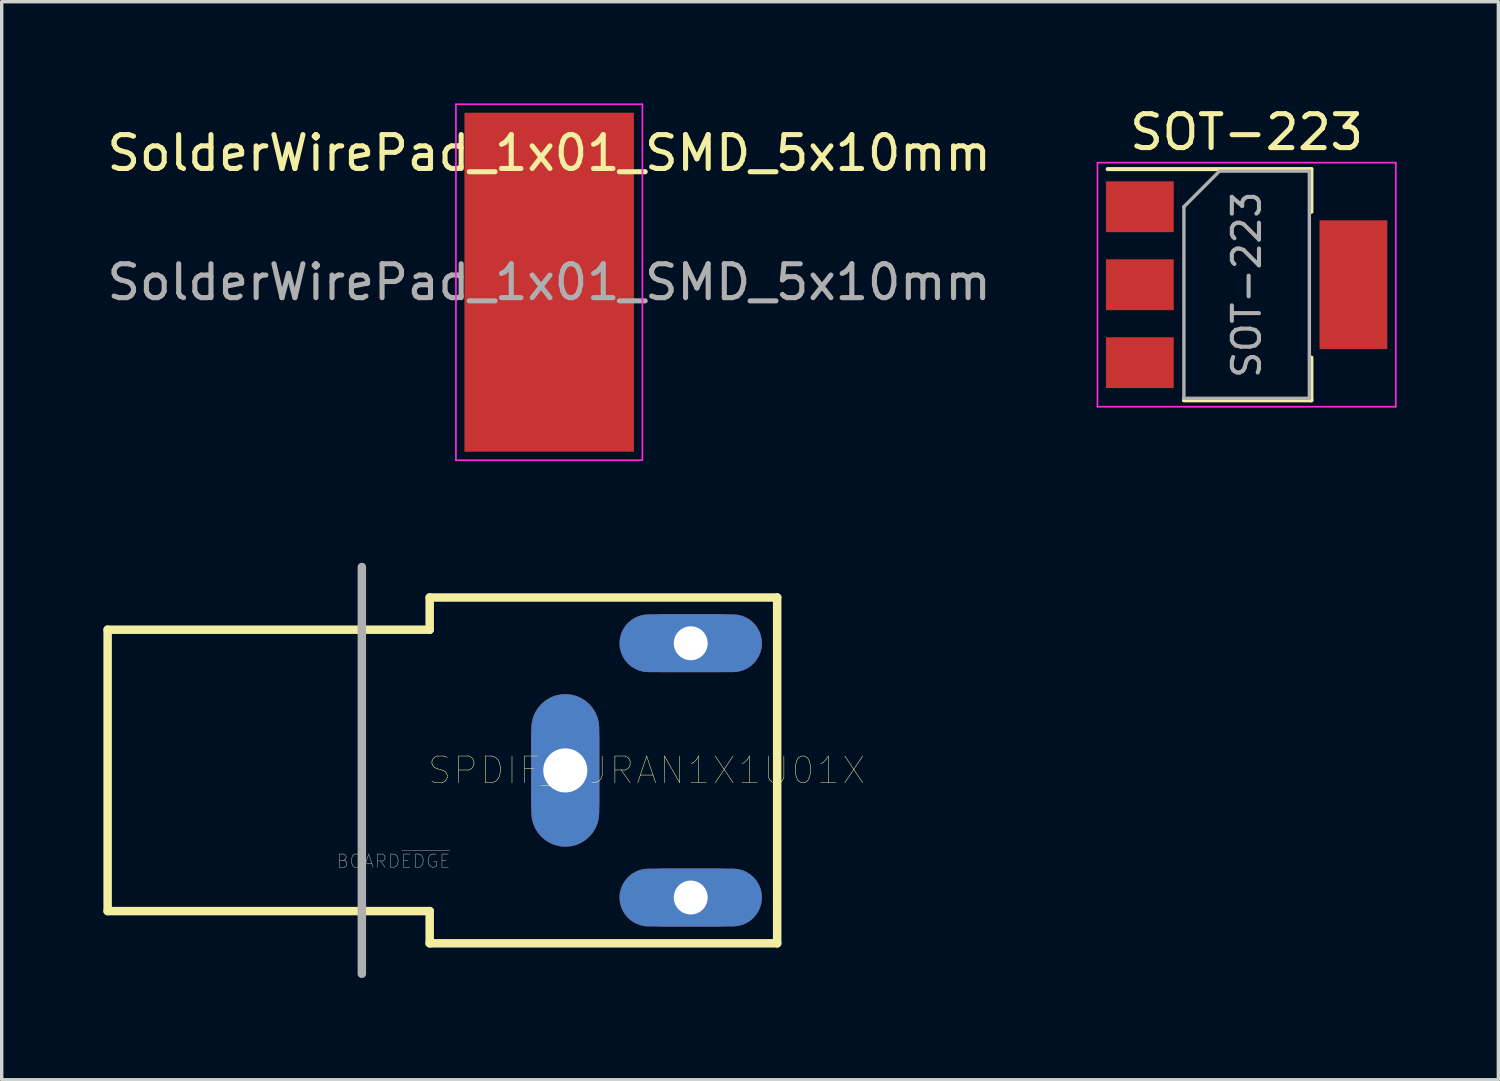
<source format=kicad_pcb>
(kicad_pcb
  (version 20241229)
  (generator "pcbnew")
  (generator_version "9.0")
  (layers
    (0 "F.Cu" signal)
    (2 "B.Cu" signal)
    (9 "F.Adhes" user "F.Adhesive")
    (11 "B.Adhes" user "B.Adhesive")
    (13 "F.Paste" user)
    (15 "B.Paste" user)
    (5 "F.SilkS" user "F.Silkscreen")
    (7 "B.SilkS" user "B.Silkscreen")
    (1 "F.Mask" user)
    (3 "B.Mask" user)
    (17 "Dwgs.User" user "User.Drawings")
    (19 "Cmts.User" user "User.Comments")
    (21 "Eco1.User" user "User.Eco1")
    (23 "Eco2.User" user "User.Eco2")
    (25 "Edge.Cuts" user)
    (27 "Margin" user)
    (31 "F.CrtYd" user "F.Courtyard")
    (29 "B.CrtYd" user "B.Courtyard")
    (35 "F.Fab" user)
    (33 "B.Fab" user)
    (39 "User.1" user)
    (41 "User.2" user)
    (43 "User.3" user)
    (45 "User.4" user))
  (footprint "SPDIF_PJRAN1X1U01X"
    (layer "F.Cu")
    (at 16.025 19.675)
    (property "Reference" "SPDIF_PJRAN1X1U01X" (at 0 0 0) (layer "F.SilkS") (effects (font (size 0.787 0.787) (thickness 0.015))))
    (attr through_hole)
    (fp_poly (pts (xy -1.401 -1.25) (xy -1.413 -1.406) (xy -1.45 -1.559) (xy -1.51 -1.704) (xy -1.592 -1.837) (xy -1.694 -1.956) (xy -1.813 -2.058) (xy -1.946 -2.14) (xy -2.091 -2.2) (xy -2.244 -2.237) (xy -2.4 -2.249) (xy -2.556 -2.237) (xy -2.709 -2.2) (xy -2.854 -2.14) (xy -2.987 -2.058) (xy -3.106 -1.956) (xy -3.208 -1.837) (xy -3.29 -1.704) (xy -3.35 -1.559) (xy -3.387 -1.406) (xy -3.399 -1.25) (xy -3.399 1.25) (xy -3.387 1.406) (xy -3.35 1.559) (xy -3.29 1.704) (xy -3.208 1.837) (xy -3.106 1.956) (xy -2.987 2.058) (xy -2.854 2.14) (xy -2.709 2.2) (xy -2.556 2.237) (xy -2.4 2.249) (xy -2.244 2.237) (xy -2.091 2.2) (xy -1.946 2.14) (xy -1.813 2.058) (xy -1.694 1.956) (xy -1.592 1.837) (xy -1.51 1.704) (xy -1.45 1.559) (xy -1.413 1.406) (xy -1.401 1.25)) (stroke (width 0.002) (type solid)) (fill yes) (layer "F.Cu"))
    (fp_poly (pts (xy 0.05 -4.599) (xy -0.083 -4.589) (xy -0.212 -4.557) (xy -0.335 -4.506) (xy -0.449 -4.437) (xy -0.55 -4.35) (xy -0.637 -4.249) (xy -0.706 -4.135) (xy -0.757 -4.012) (xy -0.789 -3.883) (xy -0.799 -3.75) (xy -0.789 -3.617) (xy -0.757 -3.488) (xy -0.706 -3.365) (xy -0.637 -3.251) (xy -0.55 -3.15) (xy -0.449 -3.063) (xy -0.335 -2.994) (xy -0.212 -2.943) (xy -0.083 -2.911) (xy 0.05 -2.901) (xy 2.55 -2.901) (xy 2.683 -2.911) (xy 2.812 -2.943) (xy 2.935 -2.994) (xy 3.049 -3.063) (xy 3.15 -3.15) (xy 3.237 -3.251) (xy 3.306 -3.365) (xy 3.357 -3.488) (xy 3.389 -3.617) (xy 3.399 -3.75) (xy 3.389 -3.883) (xy 3.357 -4.012) (xy 3.306 -4.135) (xy 3.237 -4.249) (xy 3.15 -4.35) (xy 3.049 -4.437) (xy 2.935 -4.506) (xy 2.812 -4.557) (xy 2.683 -4.589) (xy 2.55 -4.599)) (stroke (width 0.002) (type solid)) (fill yes) (layer "F.Cu"))
    (fp_poly (pts (xy 0.05 2.901) (xy -0.083 2.911) (xy -0.212 2.943) (xy -0.335 2.994) (xy -0.449 3.063) (xy -0.55 3.15) (xy -0.637 3.251) (xy -0.706 3.365) (xy -0.757 3.488) (xy -0.789 3.617) (xy -0.799 3.75) (xy -0.789 3.883) (xy -0.757 4.012) (xy -0.706 4.135) (xy -0.637 4.249) (xy -0.55 4.35) (xy -0.449 4.437) (xy -0.335 4.506) (xy -0.212 4.557) (xy -0.083 4.589) (xy 0.05 4.599) (xy 2.55 4.599) (xy 2.683 4.589) (xy 2.812 4.557) (xy 2.935 4.506) (xy 3.049 4.437) (xy 3.15 4.35) (xy 3.237 4.249) (xy 3.306 4.135) (xy 3.357 4.012) (xy 3.389 3.883) (xy 3.399 3.75) (xy 3.389 3.617) (xy 3.357 3.488) (xy 3.306 3.365) (xy 3.237 3.251) (xy 3.15 3.15) (xy 3.049 3.063) (xy 2.935 2.994) (xy 2.812 2.943) (xy 2.683 2.911) (xy 2.55 2.901)) (stroke (width 0.002) (type solid)) (fill yes) (layer "F.Cu"))
    (fp_poly (pts (xy -3.502 1.25) (xy -3.488 1.422) (xy -3.448 1.59) (xy -3.382 1.75) (xy -3.291 1.898) (xy -3.179 2.029) (xy -3.048 2.141) (xy -2.9 2.232) (xy -2.74 2.298) (xy -2.572 2.338) (xy -2.4 2.352) (xy -2.228 2.338) (xy -2.06 2.298) (xy -1.9 2.232) (xy -1.752 2.141) (xy -1.621 2.029) (xy -1.509 1.898) (xy -1.418 1.75) (xy -1.352 1.59) (xy -1.312 1.422) (xy -1.298 1.25) (xy -1.298 -1.25) (xy -1.312 -1.422) (xy -1.352 -1.59) (xy -1.418 -1.75) (xy -1.509 -1.898) (xy -1.621 -2.029) (xy -1.752 -2.141) (xy -1.9 -2.232) (xy -2.06 -2.298) (xy -2.228 -2.338) (xy -2.4 -2.352) (xy -2.572 -2.338) (xy -2.74 -2.298) (xy -2.9 -2.232) (xy -3.048 -2.141) (xy -3.179 -2.029) (xy -3.291 -1.898) (xy -3.382 -1.75) (xy -3.448 -1.59) (xy -3.488 -1.422) (xy -3.502 -1.25)) (stroke (width 0.002) (type solid)) (fill yes) (layer "F.Mask"))
    (fp_poly (pts (xy 0.05 -4.702) (xy -0.099 -4.69) (xy -0.244 -4.655) (xy -0.382 -4.598) (xy -0.509 -4.52) (xy -0.623 -4.423) (xy -0.72 -4.309) (xy -0.798 -4.182) (xy -0.855 -4.044) (xy -0.89 -3.899) (xy -0.902 -3.75) (xy -0.89 -3.601) (xy -0.855 -3.456) (xy -0.798 -3.318) (xy -0.72 -3.191) (xy -0.623 -3.077) (xy -0.509 -2.98) (xy -0.382 -2.902) (xy -0.244 -2.845) (xy -0.099 -2.81) (xy 0.05 -2.798) (xy 2.55 -2.798) (xy 2.699 -2.81) (xy 2.844 -2.845) (xy 2.982 -2.902) (xy 3.109 -2.98) (xy 3.223 -3.077) (xy 3.32 -3.191) (xy 3.398 -3.318) (xy 3.455 -3.456) (xy 3.49 -3.601) (xy 3.502 -3.75) (xy 3.49 -3.899) (xy 3.455 -4.044) (xy 3.398 -4.182) (xy 3.32 -4.309) (xy 3.223 -4.423) (xy 3.109 -4.52) (xy 2.982 -4.598) (xy 2.844 -4.655) (xy 2.699 -4.69) (xy 2.55 -4.702)) (stroke (width 0.002) (type solid)) (fill yes) (layer "F.Mask"))
    (fp_poly (pts (xy 0.05 2.798) (xy -0.099 2.81) (xy -0.244 2.845) (xy -0.382 2.902) (xy -0.509 2.98) (xy -0.623 3.077) (xy -0.72 3.191) (xy -0.798 3.318) (xy -0.855 3.456) (xy -0.89 3.601) (xy -0.902 3.75) (xy -0.89 3.899) (xy -0.855 4.044) (xy -0.798 4.182) (xy -0.72 4.309) (xy -0.623 4.423) (xy -0.509 4.52) (xy -0.382 4.598) (xy -0.244 4.655) (xy -0.099 4.69) (xy 0.05 4.702) (xy 2.55 4.702) (xy 2.699 4.69) (xy 2.844 4.655) (xy 2.982 4.598) (xy 3.109 4.52) (xy 3.223 4.423) (xy 3.32 4.309) (xy 3.398 4.182) (xy 3.455 4.044) (xy 3.49 3.899) (xy 3.502 3.75) (xy 3.49 3.601) (xy 3.455 3.456) (xy 3.398 3.318) (xy 3.32 3.191) (xy 3.223 3.077) (xy 3.109 2.98) (xy 2.982 2.902) (xy 2.844 2.845) (xy 2.699 2.81) (xy 2.55 2.798)) (stroke (width 0.002) (type solid)) (fill yes) (layer "F.Mask"))
    (fp_poly (pts (xy -1.401 -1.25) (xy -1.413 -1.406) (xy -1.45 -1.559) (xy -1.51 -1.704) (xy -1.592 -1.837) (xy -1.694 -1.956) (xy -1.813 -2.058) (xy -1.946 -2.14) (xy -2.091 -2.2) (xy -2.244 -2.237) (xy -2.4 -2.249) (xy -2.556 -2.237) (xy -2.709 -2.2) (xy -2.854 -2.14) (xy -2.987 -2.058) (xy -3.106 -1.956) (xy -3.208 -1.837) (xy -3.29 -1.704) (xy -3.35 -1.559) (xy -3.387 -1.406) (xy -3.399 -1.25) (xy -3.399 1.25) (xy -3.387 1.406) (xy -3.35 1.559) (xy -3.29 1.704) (xy -3.208 1.837) (xy -3.106 1.956) (xy -2.987 2.058) (xy -2.854 2.14) (xy -2.709 2.2) (xy -2.556 2.237) (xy -2.4 2.249) (xy -2.244 2.237) (xy -2.091 2.2) (xy -1.946 2.14) (xy -1.813 2.058) (xy -1.694 1.956) (xy -1.592 1.837) (xy -1.51 1.704) (xy -1.45 1.559) (xy -1.413 1.406) (xy -1.401 1.25)) (stroke (width 0.002) (type solid)) (fill yes) (layer "B.Cu"))
    (fp_poly (pts (xy 0.05 -4.599) (xy -0.083 -4.589) (xy -0.212 -4.557) (xy -0.335 -4.506) (xy -0.449 -4.437) (xy -0.55 -4.35) (xy -0.637 -4.249) (xy -0.706 -4.135) (xy -0.757 -4.012) (xy -0.789 -3.883) (xy -0.799 -3.75) (xy -0.789 -3.617) (xy -0.757 -3.488) (xy -0.706 -3.365) (xy -0.637 -3.251) (xy -0.55 -3.15) (xy -0.449 -3.063) (xy -0.335 -2.994) (xy -0.212 -2.943) (xy -0.083 -2.911) (xy 0.05 -2.901) (xy 2.55 -2.901) (xy 2.683 -2.911) (xy 2.812 -2.943) (xy 2.935 -2.994) (xy 3.049 -3.063) (xy 3.15 -3.15) (xy 3.237 -3.251) (xy 3.306 -3.365) (xy 3.357 -3.488) (xy 3.389 -3.617) (xy 3.399 -3.75) (xy 3.389 -3.883) (xy 3.357 -4.012) (xy 3.306 -4.135) (xy 3.237 -4.249) (xy 3.15 -4.35) (xy 3.049 -4.437) (xy 2.935 -4.506) (xy 2.812 -4.557) (xy 2.683 -4.589) (xy 2.55 -4.599)) (stroke (width 0.002) (type solid)) (fill yes) (layer "B.Cu"))
    (fp_poly (pts (xy 0.05 2.901) (xy -0.083 2.911) (xy -0.212 2.943) (xy -0.335 2.994) (xy -0.449 3.063) (xy -0.55 3.15) (xy -0.637 3.251) (xy -0.706 3.365) (xy -0.757 3.488) (xy -0.789 3.617) (xy -0.799 3.75) (xy -0.789 3.883) (xy -0.757 4.012) (xy -0.706 4.135) (xy -0.637 4.249) (xy -0.55 4.35) (xy -0.449 4.437) (xy -0.335 4.506) (xy -0.212 4.557) (xy -0.083 4.589) (xy 0.05 4.599) (xy 2.55 4.599) (xy 2.683 4.589) (xy 2.812 4.557) (xy 2.935 4.506) (xy 3.049 4.437) (xy 3.15 4.35) (xy 3.237 4.249) (xy 3.306 4.135) (xy 3.357 4.012) (xy 3.389 3.883) (xy 3.399 3.75) (xy 3.389 3.617) (xy 3.357 3.488) (xy 3.306 3.365) (xy 3.237 3.251) (xy 3.15 3.15) (xy 3.049 3.063) (xy 2.935 2.994) (xy 2.812 2.943) (xy 2.683 2.911) (xy 2.55 2.901)) (stroke (width 0.002) (type solid)) (fill yes) (layer "B.Cu"))
    (fp_poly (pts (xy -3.502 1.25) (xy -3.488 1.422) (xy -3.448 1.59) (xy -3.382 1.75) (xy -3.291 1.898) (xy -3.179 2.029) (xy -3.048 2.141) (xy -2.9 2.232) (xy -2.74 2.298) (xy -2.572 2.338) (xy -2.4 2.352) (xy -2.228 2.338) (xy -2.06 2.298) (xy -1.9 2.232) (xy -1.752 2.141) (xy -1.621 2.029) (xy -1.509 1.898) (xy -1.418 1.75) (xy -1.352 1.59) (xy -1.312 1.422) (xy -1.298 1.25) (xy -1.298 -1.25) (xy -1.312 -1.422) (xy -1.352 -1.59) (xy -1.418 -1.75) (xy -1.509 -1.898) (xy -1.621 -2.029) (xy -1.752 -2.141) (xy -1.9 -2.232) (xy -2.06 -2.298) (xy -2.228 -2.338) (xy -2.4 -2.352) (xy -2.572 -2.338) (xy -2.74 -2.298) (xy -2.9 -2.232) (xy -3.048 -2.141) (xy -3.179 -2.029) (xy -3.291 -1.898) (xy -3.382 -1.75) (xy -3.448 -1.59) (xy -3.488 -1.422) (xy -3.502 -1.25)) (stroke (width 0.002) (type solid)) (fill yes) (layer "B.Mask"))
    (fp_poly (pts (xy 0.05 -4.702) (xy -0.099 -4.69) (xy -0.244 -4.655) (xy -0.382 -4.598) (xy -0.509 -4.52) (xy -0.623 -4.423) (xy -0.72 -4.309) (xy -0.798 -4.182) (xy -0.855 -4.044) (xy -0.89 -3.899) (xy -0.902 -3.75) (xy -0.89 -3.601) (xy -0.855 -3.456) (xy -0.798 -3.318) (xy -0.72 -3.191) (xy -0.623 -3.077) (xy -0.509 -2.98) (xy -0.382 -2.902) (xy -0.244 -2.845) (xy -0.099 -2.81) (xy 0.05 -2.798) (xy 2.55 -2.798) (xy 2.699 -2.81) (xy 2.844 -2.845) (xy 2.982 -2.902) (xy 3.109 -2.98) (xy 3.223 -3.077) (xy 3.32 -3.191) (xy 3.398 -3.318) (xy 3.455 -3.456) (xy 3.49 -3.601) (xy 3.502 -3.75) (xy 3.49 -3.899) (xy 3.455 -4.044) (xy 3.398 -4.182) (xy 3.32 -4.309) (xy 3.223 -4.423) (xy 3.109 -4.52) (xy 2.982 -4.598) (xy 2.844 -4.655) (xy 2.699 -4.69) (xy 2.55 -4.702)) (stroke (width 0.002) (type solid)) (fill yes) (layer "B.Mask"))
    (fp_poly (pts (xy 0.05 2.798) (xy -0.099 2.81) (xy -0.244 2.845) (xy -0.382 2.902) (xy -0.509 2.98) (xy -0.623 3.077) (xy -0.72 3.191) (xy -0.798 3.318) (xy -0.855 3.456) (xy -0.89 3.601) (xy -0.902 3.75) (xy -0.89 3.899) (xy -0.855 4.044) (xy -0.798 4.182) (xy -0.72 4.309) (xy -0.623 4.423) (xy -0.509 4.52) (xy -0.382 4.598) (xy -0.244 4.655) (xy -0.099 4.69) (xy 0.05 4.702) (xy 2.55 4.702) (xy 2.699 4.69) (xy 2.844 4.655) (xy 2.982 4.598) (xy 3.109 4.52) (xy 3.223 4.423) (xy 3.32 4.309) (xy 3.398 4.182) (xy 3.455 4.044) (xy 3.49 3.899) (xy 3.502 3.75) (xy 3.49 3.601) (xy 3.455 3.456) (xy 3.398 3.318) (xy 3.32 3.191) (xy 3.223 3.077) (xy 3.109 2.98) (xy 2.982 2.902) (xy 2.844 2.845) (xy 2.699 2.81) (xy 2.55 2.798)) (stroke (width 0.002) (type solid)) (fill yes) (layer "B.Mask"))
    (fp_line (start -15.9 -4.15) (end -6.4 -4.15) (stroke (width 0.25) (type solid)) (layer "F.SilkS"))
    (fp_line (start -15.9 4.15) (end -15.9 -4.15) (stroke (width 0.25) (type solid)) (layer "F.SilkS"))
    (fp_line (start -6.4 -5.1) (end 3.85 -5.1) (stroke (width 0.25) (type solid)) (layer "F.SilkS"))
    (fp_line (start -6.4 -4.15) (end -6.4 -5.1) (stroke (width 0.25) (type solid)) (layer "F.SilkS"))
    (fp_line (start -6.4 4.15) (end -15.9 4.15) (stroke (width 0.25) (type solid)) (layer "F.SilkS"))
    (fp_line (start -6.4 5.1) (end -6.4 4.15) (stroke (width 0.25) (type solid)) (layer "F.SilkS"))
    (fp_line (start 3.85 -5.1) (end 3.85 5.1) (stroke (width 0.25) (type solid)) (layer "F.SilkS"))
    (fp_line (start 3.85 5.1) (end -6.4 5.1) (stroke (width 0.25) (type solid)) (layer "F.SilkS"))
    (fp_line (start -8.401 -6) (end -8.401 6) (stroke (width 0.25) (type solid)) (layer "F.Fab"))
    (fp_text user "BOARD~{EDGE}" (at -7.47 2.678 0) (layer "F.Fab") (effects (font (size 0.388 0.388) (thickness 0.015))))
    (pad "1" thru_hole oval (at -2.4 0) (size 2 4) (drill 1.3) (layers "*.Cu"))
    (pad "2" thru_hole oval (at 1.3 -3.75) (size 3.4 1.7) (drill 1) (layers "*.Cu"))
    (pad "3" thru_hole oval (at 1.3 3.75) (size 3.4 1.7) (drill 1) (layers "*.Cu")))
  (footprint "SOT-223"
    (layer "F.Cu")
    (at 33.723 5.348)
    (property "Reference" "SOT-223" (at 0 -4.5 180) (layer "F.SilkS") (effects (font (size 1 1) (thickness 0.15))))
    (attr smd)
    (fp_line (start -4.1 -3.41) (end 1.91 -3.41) (stroke (width 0.12) (type solid)) (layer "F.SilkS"))
    (fp_line (start -1.85 3.41) (end 1.91 3.41) (stroke (width 0.12) (type solid)) (layer "F.SilkS"))
    (fp_line (start 1.91 -3.41) (end 1.91 -2.15) (stroke (width 0.12) (type solid)) (layer "F.SilkS"))
    (fp_line (start 1.91 3.41) (end 1.91 2.15) (stroke (width 0.12) (type solid)) (layer "F.SilkS"))
    (fp_line (start -4.4 -3.6) (end -4.4 3.6) (stroke (width 0.05) (type solid)) (layer "F.CrtYd"))
    (fp_line (start -4.4 3.6) (end 4.4 3.6) (stroke (width 0.05) (type solid)) (layer "F.CrtYd"))
    (fp_line (start 4.4 -3.6) (end -4.4 -3.6) (stroke (width 0.05) (type solid)) (layer "F.CrtYd"))
    (fp_line (start 4.4 3.6) (end 4.4 -3.6) (stroke (width 0.05) (type solid)) (layer "F.CrtYd"))
    (fp_line (start -1.85 -2.3) (end -1.85 3.35) (stroke (width 0.1) (type solid)) (layer "F.Fab"))
    (fp_line (start -1.85 -2.3) (end -0.8 -3.35) (stroke (width 0.1) (type solid)) (layer "F.Fab"))
    (fp_line (start -1.85 3.35) (end 1.85 3.35) (stroke (width 0.1) (type solid)) (layer "F.Fab"))
    (fp_line (start -0.8 -3.35) (end 1.85 -3.35) (stroke (width 0.1) (type solid)) (layer "F.Fab"))
    (fp_line (start 1.85 -3.35) (end 1.85 3.35) (stroke (width 0.1) (type solid)) (layer "F.Fab"))
    (fp_text user "${REFERENCE}" (at 0 0 270) (layer "F.Fab") (effects (font (size 0.8 0.8) (thickness 0.12))))
    (pad "1" smd rect (at -3.15 -2.3) (size 2 1.5) (layers "F.Cu" "F.Mask" "F.Paste"))
    (pad "2" smd rect (at -3.15 0) (size 2 1.5) (layers "F.Cu" "F.Mask" "F.Paste"))
    (pad "3" smd rect (at -3.15 2.3) (size 2 1.5) (layers "F.Cu" "F.Mask" "F.Paste"))
    (pad "4" smd rect (at 3.15 0) (size 2 3.8) (layers "F.Cu" "F.Mask" "F.Paste")))
  (footprint "SolderWirePad_1x01_SMD_5x10mm"
    (layer "F.Cu")
    (at 13.149 5.275)
    (property "Reference" "SolderWirePad_1x01_SMD_5x10mm" (at 0 -3.81 0) (layer "F.SilkS") (effects (font (size 1 1) (thickness 0.15))))
    (attr smd exclude_from_pos_files exclude_from_bom)
    (fp_line (start -2.75 -5.25) (end -2.75 5.25) (stroke (width 0.05) (type solid)) (layer "F.CrtYd"))
    (fp_line (start -2.75 5.25) (end 2.75 5.25) (stroke (width 0.05) (type solid)) (layer "F.CrtYd"))
    (fp_line (start 2.75 -5.25) (end -2.75 -5.25) (stroke (width 0.05) (type solid)) (layer "F.CrtYd"))
    (fp_line (start 2.75 5.25) (end 2.75 -5.25) (stroke (width 0.05) (type solid)) (layer "F.CrtYd"))
    (fp_text user "${REFERENCE}" (at 0 0 0) (layer "F.Fab") (effects (font (size 1 1) (thickness 0.15))))
    (pad "1" smd rect (at 0 0) (size 5 10) (layers "F.Cu" "F.Mask" "F.Paste")))
  (gr_rect
    (start -3 -3)
    (end 41.148 28.8)
    (stroke (width 0.1) (type default))
    (fill no)
    (layer "Edge.Cuts")))
</source>
